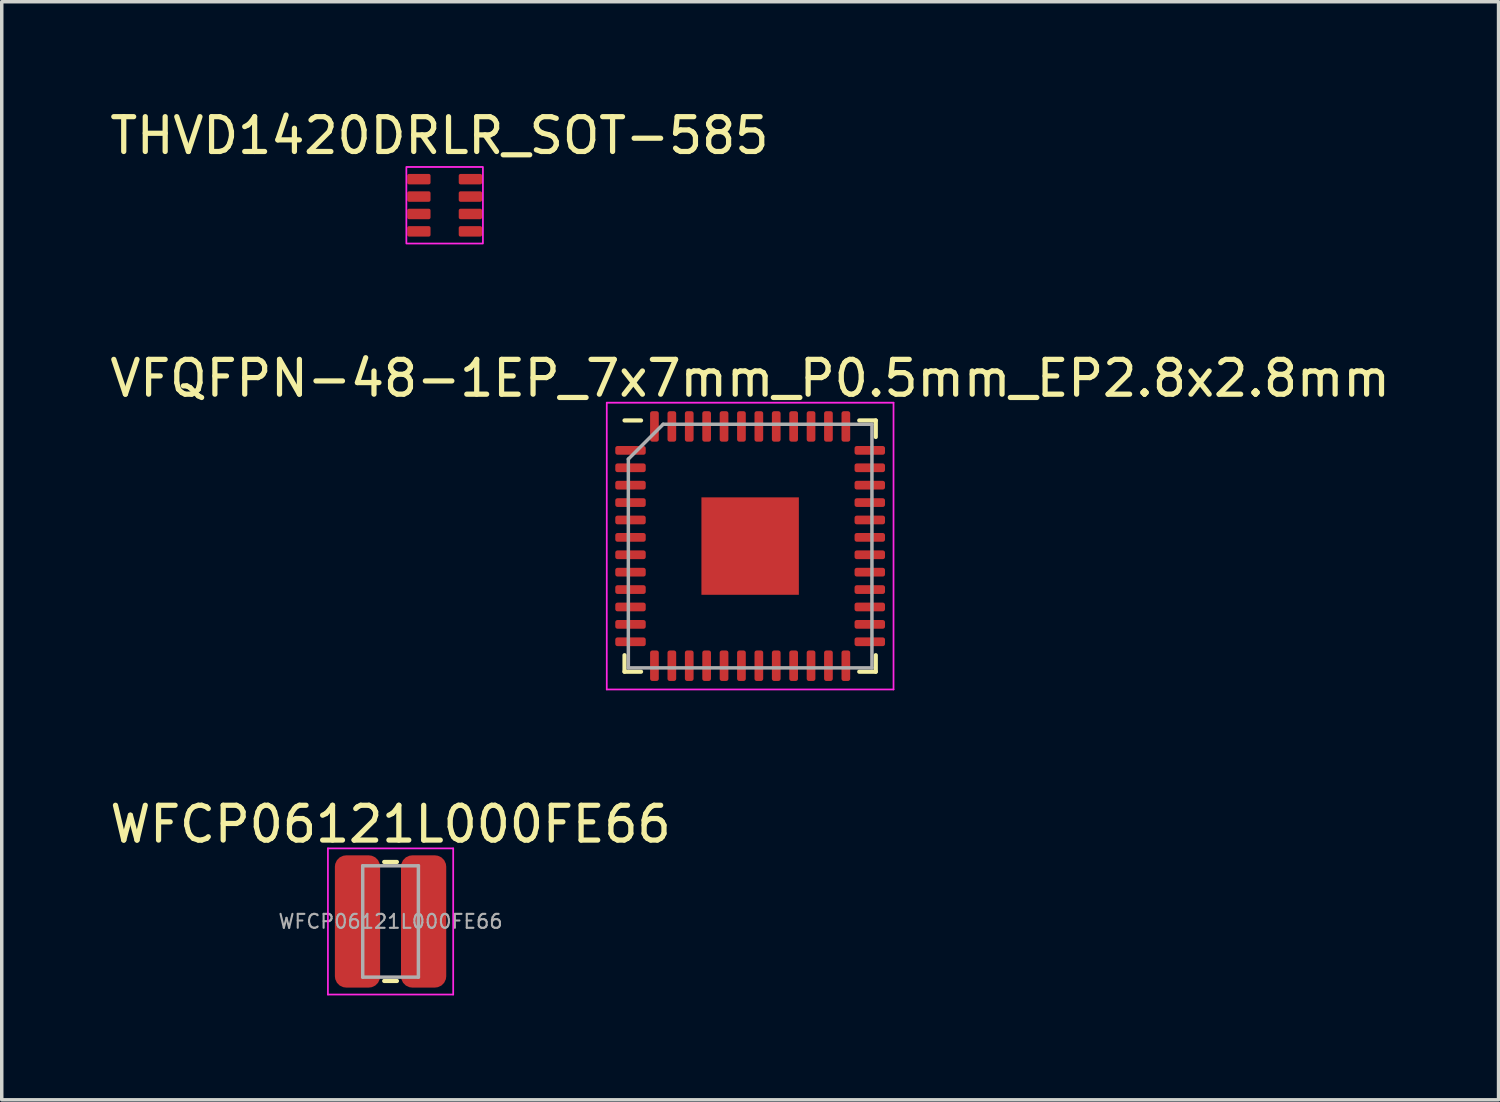
<source format=kicad_pcb>
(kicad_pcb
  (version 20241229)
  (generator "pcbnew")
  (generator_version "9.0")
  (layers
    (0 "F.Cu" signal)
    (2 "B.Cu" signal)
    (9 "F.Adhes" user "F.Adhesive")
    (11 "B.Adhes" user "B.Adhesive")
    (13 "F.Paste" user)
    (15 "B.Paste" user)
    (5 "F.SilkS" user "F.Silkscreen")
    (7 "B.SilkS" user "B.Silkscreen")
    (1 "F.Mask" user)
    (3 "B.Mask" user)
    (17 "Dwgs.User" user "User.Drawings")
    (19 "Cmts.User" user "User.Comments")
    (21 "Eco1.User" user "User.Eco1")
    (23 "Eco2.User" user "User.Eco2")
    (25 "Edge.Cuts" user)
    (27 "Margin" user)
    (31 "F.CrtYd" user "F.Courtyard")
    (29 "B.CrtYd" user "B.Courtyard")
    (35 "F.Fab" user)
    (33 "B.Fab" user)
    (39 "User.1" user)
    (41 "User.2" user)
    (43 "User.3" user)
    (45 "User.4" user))
  (footprint "THVD1420DRLR_SOT-585"
    (layer "F.Cu")
    (at 9.727 2.848)
    (property "Reference" "THVD1420DRLR_SOT-585" (at -0.15 -2 0) (layer "F.SilkS") (effects (font (size 1 1) (thickness 0.15))))
    (attr through_hole)
    (fp_rect (start -1.1 -1.1) (end 1.1 1.1) (stroke (width 0.05) (type solid)) (fill no) (layer "F.CrtYd"))
    (pad "1" smd roundrect (at -0.74 -0.75) (size 0.67 0.3) (layers "F.Cu" "F.Mask" "F.Paste") (roundrect_rratio 0.167))
    (pad "2" smd roundrect (at -0.74 -0.25) (size 0.67 0.3) (layers "F.Cu" "F.Mask" "F.Paste") (roundrect_rratio 0.167))
    (pad "3" smd roundrect (at -0.74 0.25) (size 0.67 0.3) (layers "F.Cu" "F.Mask" "F.Paste") (roundrect_rratio 0.167))
    (pad "4" smd roundrect (at -0.74 0.75) (size 0.67 0.3) (layers "F.Cu" "F.Mask" "F.Paste") (roundrect_rratio 0.167))
    (pad "5" smd roundrect (at 0.74 0.75) (size 0.67 0.3) (layers "F.Cu" "F.Mask" "F.Paste") (roundrect_rratio 0.167))
    (pad "6" smd roundrect (at 0.74 0.25) (size 0.67 0.3) (layers "F.Cu" "F.Mask" "F.Paste") (roundrect_rratio 0.167))
    (pad "7" smd roundrect (at 0.74 -0.25) (size 0.67 0.3) (layers "F.Cu" "F.Mask" "F.Paste") (roundrect_rratio 0.167))
    (pad "8" smd roundrect (at 0.74 -0.75) (size 0.67 0.3) (layers "F.Cu" "F.Mask" "F.Paste") (roundrect_rratio 0.167)))
  (footprint "WFCP06121L000FE66"
    (layer "F.Cu")
    (at 8.173 23.429)
    (property "Reference" "WFCP06121L000FE66" (at 0 -2.794 0) (layer "F.SilkS") (effects (font (size 1 1) (thickness 0.15))))
    (attr smd)
    (fp_line (start -0.183 -1.71) (end 0.183 -1.71) (stroke (width 0.12) (type solid)) (layer "F.SilkS"))
    (fp_line (start -0.183 1.71) (end 0.183 1.71) (stroke (width 0.12) (type solid)) (layer "F.SilkS"))
    (fp_line (start -1.8 -2.1) (end 1.8 -2.1) (stroke (width 0.05) (type solid)) (layer "F.CrtYd"))
    (fp_line (start -1.8 2.1) (end -1.8 -2.1) (stroke (width 0.05) (type solid)) (layer "F.CrtYd"))
    (fp_line (start 1.8 -2.1) (end 1.8 2.1) (stroke (width 0.05) (type solid)) (layer "F.CrtYd"))
    (fp_line (start 1.8 2.1) (end -1.8 2.1) (stroke (width 0.05) (type solid)) (layer "F.CrtYd"))
    (fp_line (start -0.8 -1.6) (end 0.8 -1.6) (stroke (width 0.1) (type solid)) (layer "F.Fab"))
    (fp_line (start -0.8 1.6) (end -0.8 -1.6) (stroke (width 0.1) (type solid)) (layer "F.Fab"))
    (fp_line (start 0.8 -1.6) (end 0.8 1.6) (stroke (width 0.1) (type solid)) (layer "F.Fab"))
    (fp_line (start 0.8 1.6) (end -0.8 1.6) (stroke (width 0.1) (type solid)) (layer "F.Fab"))
    (fp_text user "${REFERENCE}" (at 0 0 0) (layer "F.Fab") (effects (font (size 0.4 0.4) (thickness 0.06))))
    (pad "1" smd roundrect (at -0.95 0) (size 1.3 3.8) (layers "F.Cu" "F.Mask" "F.Paste") (roundrect_rratio 0.25))
    (pad "2" smd roundrect (at 0.95 0) (size 1.3 3.8) (layers "F.Cu" "F.Mask" "F.Paste") (roundrect_rratio 0.25)))
  (footprint "VFQFPN-48-1EP_7x7mm_P0.5mm_EP2.8x2.8mm"
    (layer "F.Cu")
    (at 18.506 12.642)
    (property "Reference" "VFQFPN-48-1EP_7x7mm_P0.5mm_EP2.8x2.8mm" (at 0 -4.82 0) (layer "F.SilkS") (effects (font (size 1 1) (thickness 0.15))))
    (attr smd)
    (fp_line (start -3.61 3.61) (end -3.61 3.135) (stroke (width 0.12) (type solid)) (layer "F.SilkS"))
    (fp_line (start -3.135 -3.61) (end -3.61 -3.61) (stroke (width 0.12) (type solid)) (layer "F.SilkS"))
    (fp_line (start -3.135 3.61) (end -3.61 3.61) (stroke (width 0.12) (type solid)) (layer "F.SilkS"))
    (fp_line (start 3.135 -3.61) (end 3.61 -3.61) (stroke (width 0.12) (type solid)) (layer "F.SilkS"))
    (fp_line (start 3.135 3.61) (end 3.61 3.61) (stroke (width 0.12) (type solid)) (layer "F.SilkS"))
    (fp_line (start 3.61 -3.61) (end 3.61 -3.135) (stroke (width 0.12) (type solid)) (layer "F.SilkS"))
    (fp_line (start 3.61 3.61) (end 3.61 3.135) (stroke (width 0.12) (type solid)) (layer "F.SilkS"))
    (fp_line (start -4.12 -4.12) (end -4.12 4.12) (stroke (width 0.05) (type solid)) (layer "F.CrtYd"))
    (fp_line (start -4.12 4.12) (end 4.12 4.12) (stroke (width 0.05) (type solid)) (layer "F.CrtYd"))
    (fp_line (start 4.12 -4.12) (end -4.12 -4.12) (stroke (width 0.05) (type solid)) (layer "F.CrtYd"))
    (fp_line (start 4.12 4.12) (end 4.12 -4.12) (stroke (width 0.05) (type solid)) (layer "F.CrtYd"))
    (fp_line (start -3.5 -2.5) (end -2.5 -3.5) (stroke (width 0.1) (type solid)) (layer "F.Fab"))
    (fp_line (start -3.5 3.5) (end -3.5 -2.5) (stroke (width 0.1) (type solid)) (layer "F.Fab"))
    (fp_line (start -2.5 -3.5) (end 3.5 -3.5) (stroke (width 0.1) (type solid)) (layer "F.Fab"))
    (fp_line (start 3.5 -3.5) (end 3.5 3.5) (stroke (width 0.1) (type solid)) (layer "F.Fab"))
    (fp_line (start 3.5 3.5) (end -3.5 3.5) (stroke (width 0.1) (type solid)) (layer "F.Fab"))
    (pad "" smd roundrect (at -0.685 -0.685) (size 1.1 1.1) (layers "F.Paste") (roundrect_rratio 0.227))
    (pad "" smd roundrect (at -0.685 0.685) (size 1.1 1.1) (layers "F.Paste") (roundrect_rratio 0.227))
    (pad "" smd roundrect (at 0.685 -0.685) (size 1.1 1.1) (layers "F.Paste") (roundrect_rratio 0.227))
    (pad "" smd roundrect (at 0.685 0.685) (size 1.1 1.1) (layers "F.Paste") (roundrect_rratio 0.227))
    (pad "1" smd roundrect (at -3.438 -2.75) (size 0.875 0.25) (layers "F.Cu" "F.Mask" "F.Paste") (roundrect_rratio 0.25))
    (pad "2" smd roundrect (at -3.438 -2.25) (size 0.875 0.25) (layers "F.Cu" "F.Mask" "F.Paste") (roundrect_rratio 0.25))
    (pad "3" smd roundrect (at -3.438 -1.75) (size 0.875 0.25) (layers "F.Cu" "F.Mask" "F.Paste") (roundrect_rratio 0.25))
    (pad "4" smd roundrect (at -3.438 -1.25) (size 0.875 0.25) (layers "F.Cu" "F.Mask" "F.Paste") (roundrect_rratio 0.25))
    (pad "5" smd roundrect (at -3.438 -0.75) (size 0.875 0.25) (layers "F.Cu" "F.Mask" "F.Paste") (roundrect_rratio 0.25))
    (pad "6" smd roundrect (at -3.438 -0.25) (size 0.875 0.25) (layers "F.Cu" "F.Mask" "F.Paste") (roundrect_rratio 0.25))
    (pad "7" smd roundrect (at -3.438 0.25) (size 0.875 0.25) (layers "F.Cu" "F.Mask" "F.Paste") (roundrect_rratio 0.25))
    (pad "8" smd roundrect (at -3.438 0.75) (size 0.875 0.25) (layers "F.Cu" "F.Mask" "F.Paste") (roundrect_rratio 0.25))
    (pad "9" smd roundrect (at -3.438 1.25) (size 0.875 0.25) (layers "F.Cu" "F.Mask" "F.Paste") (roundrect_rratio 0.25))
    (pad "10" smd roundrect (at -3.438 1.75) (size 0.875 0.25) (layers "F.Cu" "F.Mask" "F.Paste") (roundrect_rratio 0.25))
    (pad "11" smd roundrect (at -3.438 2.25) (size 0.875 0.25) (layers "F.Cu" "F.Mask" "F.Paste") (roundrect_rratio 0.25))
    (pad "12" smd roundrect (at -3.438 2.75) (size 0.875 0.25) (layers "F.Cu" "F.Mask" "F.Paste") (roundrect_rratio 0.25))
    (pad "13" smd roundrect (at -2.75 3.438) (size 0.25 0.875) (layers "F.Cu" "F.Mask" "F.Paste") (roundrect_rratio 0.25))
    (pad "14" smd roundrect (at -2.25 3.438) (size 0.25 0.875) (layers "F.Cu" "F.Mask" "F.Paste") (roundrect_rratio 0.25))
    (pad "15" smd roundrect (at -1.75 3.438) (size 0.25 0.875) (layers "F.Cu" "F.Mask" "F.Paste") (roundrect_rratio 0.25))
    (pad "16" smd roundrect (at -1.25 3.438) (size 0.25 0.875) (layers "F.Cu" "F.Mask" "F.Paste") (roundrect_rratio 0.25))
    (pad "17" smd roundrect (at -0.75 3.438) (size 0.25 0.875) (layers "F.Cu" "F.Mask" "F.Paste") (roundrect_rratio 0.25))
    (pad "18" smd roundrect (at -0.25 3.438) (size 0.25 0.875) (layers "F.Cu" "F.Mask" "F.Paste") (roundrect_rratio 0.25))
    (pad "19" smd roundrect (at 0.25 3.438) (size 0.25 0.875) (layers "F.Cu" "F.Mask" "F.Paste") (roundrect_rratio 0.25))
    (pad "20" smd roundrect (at 0.75 3.438) (size 0.25 0.875) (layers "F.Cu" "F.Mask" "F.Paste") (roundrect_rratio 0.25))
    (pad "21" smd roundrect (at 1.25 3.438) (size 0.25 0.875) (layers "F.Cu" "F.Mask" "F.Paste") (roundrect_rratio 0.25))
    (pad "22" smd roundrect (at 1.75 3.438) (size 0.25 0.875) (layers "F.Cu" "F.Mask" "F.Paste") (roundrect_rratio 0.25))
    (pad "23" smd roundrect (at 2.25 3.438) (size 0.25 0.875) (layers "F.Cu" "F.Mask" "F.Paste") (roundrect_rratio 0.25))
    (pad "24" smd roundrect (at 2.75 3.438) (size 0.25 0.875) (layers "F.Cu" "F.Mask" "F.Paste") (roundrect_rratio 0.25))
    (pad "25" smd roundrect (at 3.438 2.75) (size 0.875 0.25) (layers "F.Cu" "F.Mask" "F.Paste") (roundrect_rratio 0.25))
    (pad "26" smd roundrect (at 3.438 2.25) (size 0.875 0.25) (layers "F.Cu" "F.Mask" "F.Paste") (roundrect_rratio 0.25))
    (pad "27" smd roundrect (at 3.438 1.75) (size 0.875 0.25) (layers "F.Cu" "F.Mask" "F.Paste") (roundrect_rratio 0.25))
    (pad "28" smd roundrect (at 3.438 1.25) (size 0.875 0.25) (layers "F.Cu" "F.Mask" "F.Paste") (roundrect_rratio 0.25))
    (pad "29" smd roundrect (at 3.438 0.75) (size 0.875 0.25) (layers "F.Cu" "F.Mask" "F.Paste") (roundrect_rratio 0.25))
    (pad "30" smd roundrect (at 3.438 0.25) (size 0.875 0.25) (layers "F.Cu" "F.Mask" "F.Paste") (roundrect_rratio 0.25))
    (pad "31" smd roundrect (at 3.438 -0.25) (size 0.875 0.25) (layers "F.Cu" "F.Mask" "F.Paste") (roundrect_rratio 0.25))
    (pad "32" smd roundrect (at 3.438 -0.75) (size 0.875 0.25) (layers "F.Cu" "F.Mask" "F.Paste") (roundrect_rratio 0.25))
    (pad "33" smd roundrect (at 3.438 -1.25) (size 0.875 0.25) (layers "F.Cu" "F.Mask" "F.Paste") (roundrect_rratio 0.25))
    (pad "34" smd roundrect (at 3.438 -1.75) (size 0.875 0.25) (layers "F.Cu" "F.Mask" "F.Paste") (roundrect_rratio 0.25))
    (pad "35" smd roundrect (at 3.438 -2.25) (size 0.875 0.25) (layers "F.Cu" "F.Mask" "F.Paste") (roundrect_rratio 0.25))
    (pad "36" smd roundrect (at 3.438 -2.75) (size 0.875 0.25) (layers "F.Cu" "F.Mask" "F.Paste") (roundrect_rratio 0.25))
    (pad "37" smd roundrect (at 2.75 -3.438) (size 0.25 0.875) (layers "F.Cu" "F.Mask" "F.Paste") (roundrect_rratio 0.25))
    (pad "38" smd roundrect (at 2.25 -3.438) (size 0.25 0.875) (layers "F.Cu" "F.Mask" "F.Paste") (roundrect_rratio 0.25))
    (pad "39" smd roundrect (at 1.75 -3.438) (size 0.25 0.875) (layers "F.Cu" "F.Mask" "F.Paste") (roundrect_rratio 0.25))
    (pad "40" smd roundrect (at 1.25 -3.438) (size 0.25 0.875) (layers "F.Cu" "F.Mask" "F.Paste") (roundrect_rratio 0.25))
    (pad "41" smd roundrect (at 0.75 -3.438) (size 0.25 0.875) (layers "F.Cu" "F.Mask" "F.Paste") (roundrect_rratio 0.25))
    (pad "42" smd roundrect (at 0.25 -3.438) (size 0.25 0.875) (layers "F.Cu" "F.Mask" "F.Paste") (roundrect_rratio 0.25))
    (pad "43" smd roundrect (at -0.25 -3.438) (size 0.25 0.875) (layers "F.Cu" "F.Mask" "F.Paste") (roundrect_rratio 0.25))
    (pad "44" smd roundrect (at -0.75 -3.438) (size 0.25 0.875) (layers "F.Cu" "F.Mask" "F.Paste") (roundrect_rratio 0.25))
    (pad "45" smd roundrect (at -1.25 -3.438) (size 0.25 0.875) (layers "F.Cu" "F.Mask" "F.Paste") (roundrect_rratio 0.25))
    (pad "46" smd roundrect (at -1.75 -3.438) (size 0.25 0.875) (layers "F.Cu" "F.Mask" "F.Paste") (roundrect_rratio 0.25))
    (pad "47" smd roundrect (at -2.25 -3.438) (size 0.25 0.875) (layers "F.Cu" "F.Mask" "F.Paste") (roundrect_rratio 0.25))
    (pad "48" smd roundrect (at -2.75 -3.438) (size 0.25 0.875) (layers "F.Cu" "F.Mask" "F.Paste") (roundrect_rratio 0.25))
    (pad "49" smd rect (at 0 0) (size 2.8 2.8) (layers "F.Cu" "F.Mask")))
  (gr_rect
    (start -3 -3)
    (end 40.012 28.554)
    (stroke (width 0.1) (type default))
    (fill no)
    (layer "Edge.Cuts")))
</source>
